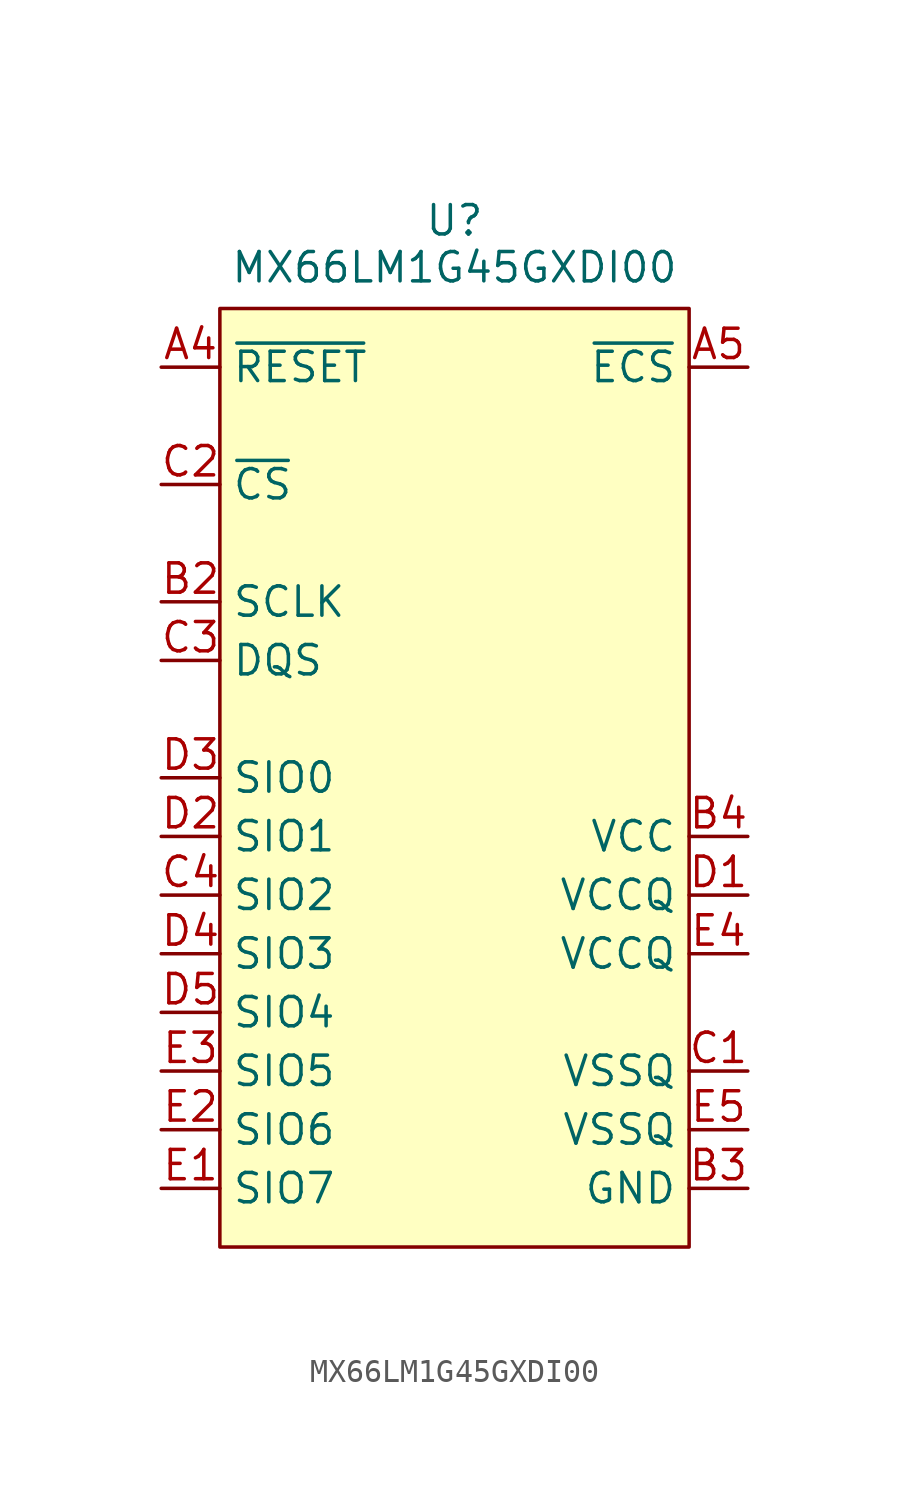
<source format=kicad_sym>
(kicad_symbol_lib
  (version 20231120)
  (generator "kicad_symbol_editor")
  (generator_version "8.0")
  (symbol "MX66LM1G45GXDI00"
    (property "Reference" "U"
      (at 0 24.13 0)
      (effects (font (size 1.27 1.27))))
    (property "Value" "MX66LM1G45GXDI00"
      (at 0 22.098 0)
      (effects (font (size 1.27 1.27))))
    (symbol "MX66LM1G45GXDI00_1_1"
      (rectangle (start -10.16 20.32) (end 10.16 -20.32) (stroke (width 0) (type default)) (fill (type background)))
      (pin no_connect line (at 12.7 15.24 180) (length 2.54) hide (name "NC" (effects (font (size 1.27 1.27)))) (number "A2" (effects (font (size 1.27 1.27)))))
      (pin no_connect line (at 12.7 12.7 180) (length 2.54) hide (name "NC" (effects (font (size 1.27 1.27)))) (number "A3" (effects (font (size 1.27 1.27)))))
      (pin input line (at -12.7 17.78 0) (length 2.54) (name "~{RESET}" (effects (font (size 1.27 1.27)))) (number "A4" (effects (font (size 1.27 1.27)))))
      (pin output line (at 12.7 17.78 180) (length 2.54) (name "~{ECS}" (effects (font (size 1.27 1.27)))) (number "A5" (effects (font (size 1.27 1.27)))))
      (pin no_connect line (at 12.7 7.62 180) (length 2.54) hide (name "DNU" (effects (font (size 1.27 1.27)))) (number "B1" (effects (font (size 1.27 1.27)))))
      (pin input line (at -12.7 7.62 0) (length 2.54) (name "SCLK" (effects (font (size 1.27 1.27)))) (number "B2" (effects (font (size 1.27 1.27)))))
      (pin power_in line (at 12.7 -17.78 180) (length 2.54) (name "GND" (effects (font (size 1.27 1.27)))) (number "B3" (effects (font (size 1.27 1.27)))))
      (pin power_in line (at 12.7 -2.54 180) (length 2.54) (name "VCC" (effects (font (size 1.27 1.27)))) (number "B4" (effects (font (size 1.27 1.27)))))
      (pin no_connect line (at 12.7 5.08 180) (length 2.54) hide (name "DNU" (effects (font (size 1.27 1.27)))) (number "B5" (effects (font (size 1.27 1.27)))))
      (pin power_in line (at 12.7 -12.7 180) (length 2.54) (name "VSSQ" (effects (font (size 1.27 1.27)))) (number "C1" (effects (font (size 1.27 1.27)))))
      (pin input line (at -12.7 12.7 0) (length 2.54) (name "~{CS}" (effects (font (size 1.27 1.27)))) (number "C2" (effects (font (size 1.27 1.27)))))
      (pin output line (at -12.7 5.08 0) (length 2.54) (name "DQS" (effects (font (size 1.27 1.27)))) (number "C3" (effects (font (size 1.27 1.27)))))
      (pin bidirectional line (at -12.7 -5.08 0) (length 2.54) (name "SIO2" (effects (font (size 1.27 1.27)))) (number "C4" (effects (font (size 1.27 1.27)))))
      (pin no_connect line (at 12.7 10.16 180) (length 2.54) hide (name "NC" (effects (font (size 1.27 1.27)))) (number "C5" (effects (font (size 1.27 1.27)))))
      (pin power_in line (at 12.7 -5.08 180) (length 2.54) (name "VCCQ" (effects (font (size 1.27 1.27)))) (number "D1" (effects (font (size 1.27 1.27)))))
      (pin bidirectional line (at -12.7 -2.54 0) (length 2.54) (name "SIO1" (effects (font (size 1.27 1.27)))) (number "D2" (effects (font (size 1.27 1.27)))))
      (pin bidirectional line (at -12.7 0 0) (length 2.54) (name "SIO0" (effects (font (size 1.27 1.27)))) (number "D3" (effects (font (size 1.27 1.27)))))
      (pin bidirectional line (at -12.7 -7.62 0) (length 2.54) (name "SIO3" (effects (font (size 1.27 1.27)))) (number "D4" (effects (font (size 1.27 1.27)))))
      (pin bidirectional line (at -12.7 -10.16 0) (length 2.54) (name "SIO4" (effects (font (size 1.27 1.27)))) (number "D5" (effects (font (size 1.27 1.27)))))
      (pin bidirectional line (at -12.7 -17.78 0) (length 2.54) (name "SIO7" (effects (font (size 1.27 1.27)))) (number "E1" (effects (font (size 1.27 1.27)))))
      (pin bidirectional line (at -12.7 -15.24 0) (length 2.54) (name "SIO6" (effects (font (size 1.27 1.27)))) (number "E2" (effects (font (size 1.27 1.27)))))
      (pin bidirectional line (at -12.7 -12.7 0) (length 2.54) (name "SIO5" (effects (font (size 1.27 1.27)))) (number "E3" (effects (font (size 1.27 1.27)))))
      (pin power_in line (at 12.7 -7.62 180) (length 2.54) (name "VCCQ" (effects (font (size 1.27 1.27)))) (number "E4" (effects (font (size 1.27 1.27)))))
      (pin power_in line (at 12.7 -15.24 180) (length 2.54) (name "VSSQ" (effects (font (size 1.27 1.27)))) (number "E5" (effects (font (size 1.27 1.27))))))))
</source>
